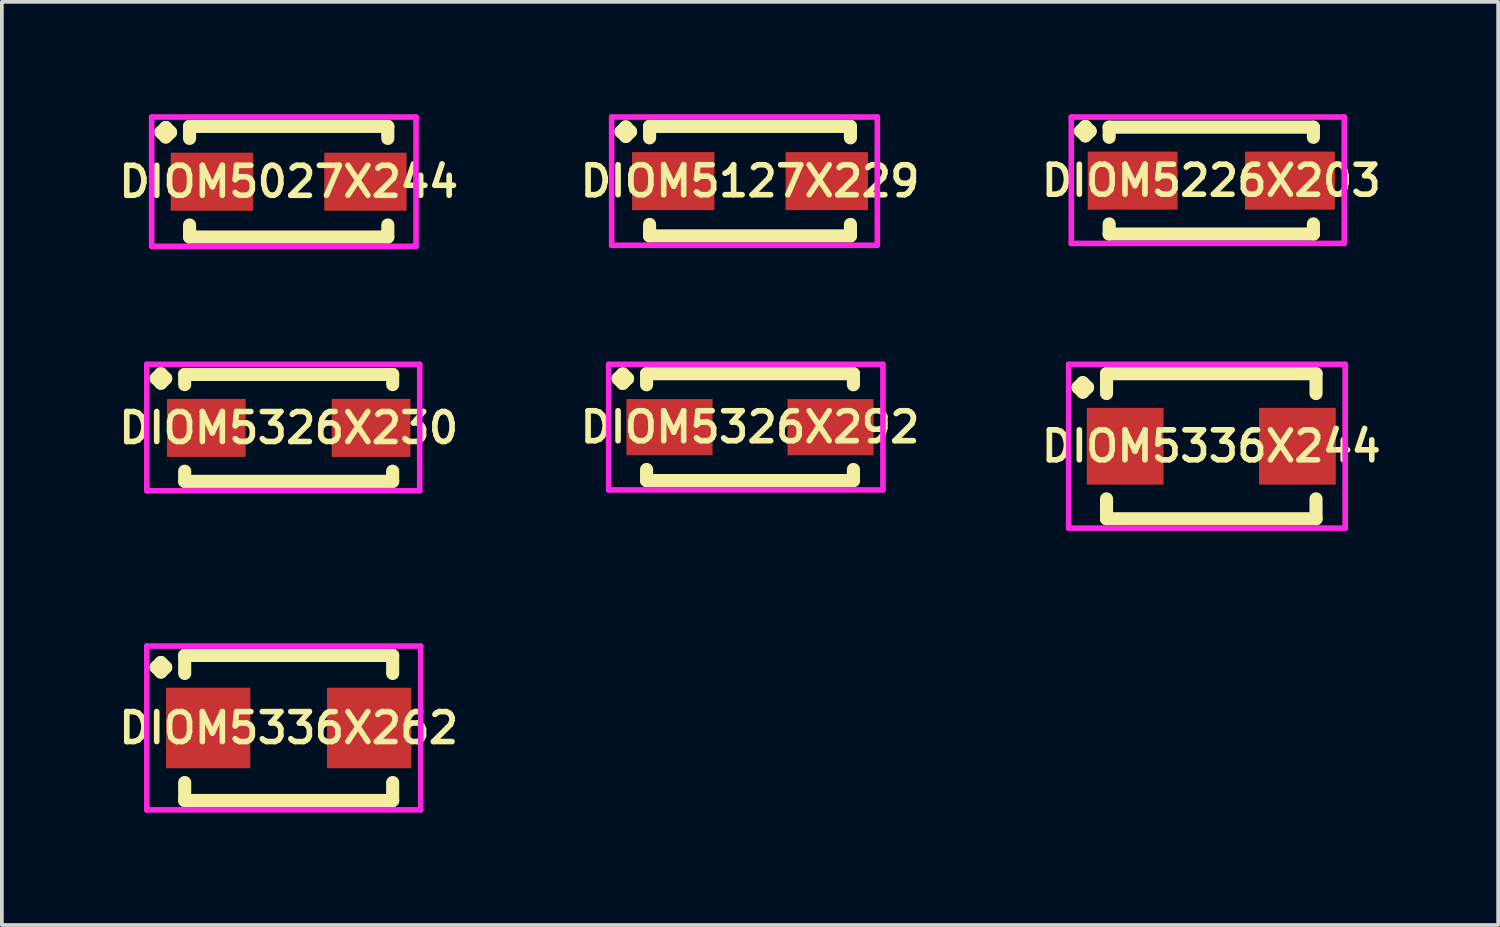
<source format=kicad_pcb>
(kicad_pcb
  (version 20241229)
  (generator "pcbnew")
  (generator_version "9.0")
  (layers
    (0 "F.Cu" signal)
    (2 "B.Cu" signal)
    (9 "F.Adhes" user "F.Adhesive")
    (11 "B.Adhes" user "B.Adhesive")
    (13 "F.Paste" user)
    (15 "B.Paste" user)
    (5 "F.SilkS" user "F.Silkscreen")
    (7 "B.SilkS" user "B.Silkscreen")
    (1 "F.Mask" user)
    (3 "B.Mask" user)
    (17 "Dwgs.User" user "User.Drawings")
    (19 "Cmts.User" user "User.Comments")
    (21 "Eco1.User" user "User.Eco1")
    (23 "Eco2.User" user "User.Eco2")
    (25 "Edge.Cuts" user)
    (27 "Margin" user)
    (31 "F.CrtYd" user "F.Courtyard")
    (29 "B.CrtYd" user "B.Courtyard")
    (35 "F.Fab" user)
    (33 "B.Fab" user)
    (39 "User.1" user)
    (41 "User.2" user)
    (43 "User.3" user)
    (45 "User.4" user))
  (footprint "DIOM5027X244"
    (layer "F.Cu")
    (at 4.659 1.802)
    (property "Reference" "DIOM5027X244" (at 0 0 0) (layer "F.SilkS") (effects (font (size 0.8 0.8) (thickness 0.15))))
    (attr smd)
    (fp_line (start -3.409 -1.321) (end -3.282 -1.448) (stroke (width 0.35) (type solid)) (layer "F.SilkS"))
    (fp_line (start -3.282 -1.448) (end -3.155 -1.321) (stroke (width 0.35) (type solid)) (layer "F.SilkS"))
    (fp_line (start -3.282 -1.194) (end -3.409 -1.321) (stroke (width 0.35) (type solid)) (layer "F.SilkS"))
    (fp_line (start -3.155 -1.321) (end -3.282 -1.194) (stroke (width 0.35) (type solid)) (layer "F.SilkS"))
    (fp_line (start -2.647 -1.477) (end 2.647 -1.477) (stroke (width 0.35) (type solid)) (layer "F.SilkS"))
    (fp_line (start -2.647 -1.156) (end -2.647 -1.477) (stroke (width 0.35) (type solid)) (layer "F.SilkS"))
    (fp_line (start -2.647 1.156) (end -2.647 1.477) (stroke (width 0.35) (type solid)) (layer "F.SilkS"))
    (fp_line (start -2.647 1.477) (end 2.647 1.477) (stroke (width 0.35) (type solid)) (layer "F.SilkS"))
    (fp_line (start 2.647 -1.477) (end 2.647 -1.156) (stroke (width 0.35) (type solid)) (layer "F.SilkS"))
    (fp_line (start 2.647 1.477) (end 2.647 1.156) (stroke (width 0.35) (type solid)) (layer "F.SilkS"))
    (fp_line (start -3.659 -1.727) (end 3.4 -1.727) (stroke (width 0.15) (type solid)) (layer "F.CrtYd"))
    (fp_line (start -3.659 1.727) (end -3.659 -1.727) (stroke (width 0.15) (type solid)) (layer "F.CrtYd"))
    (fp_line (start 3.4 -1.727) (end 3.4 1.727) (stroke (width 0.15) (type solid)) (layer "F.CrtYd"))
    (fp_line (start 3.4 1.727) (end -3.659 1.727) (stroke (width 0.15) (type solid)) (layer "F.CrtYd"))
    (pad "1" smd rect (at -2.05 0) (size 2.2 1.55) (layers "F.Cu" "F.Mask" "F.Paste"))
    (pad "2" smd rect (at 2.05 0) (size 2.2 1.55) (layers "F.Cu" "F.Mask" "F.Paste")))
  (footprint "DIOM5336X262"
    (layer "F.Cu")
    (at 4.659 16.39)
    (property "Reference" "DIOM5336X262" (at 0 0 0) (layer "F.SilkS") (effects (font (size 0.8 0.8) (thickness 0.15))))
    (attr smd)
    (fp_line (start -3.539 -1.621) (end -3.412 -1.748) (stroke (width 0.35) (type solid)) (layer "F.SilkS"))
    (fp_line (start -3.412 -1.748) (end -3.285 -1.621) (stroke (width 0.35) (type solid)) (layer "F.SilkS"))
    (fp_line (start -3.412 -1.494) (end -3.539 -1.621) (stroke (width 0.35) (type solid)) (layer "F.SilkS"))
    (fp_line (start -3.285 -1.621) (end -3.412 -1.494) (stroke (width 0.35) (type solid)) (layer "F.SilkS"))
    (fp_line (start -2.777 -1.937) (end 2.777 -1.937) (stroke (width 0.35) (type solid)) (layer "F.SilkS"))
    (fp_line (start -2.777 -1.456) (end -2.777 -1.937) (stroke (width 0.35) (type solid)) (layer "F.SilkS"))
    (fp_line (start -2.777 1.456) (end -2.777 1.937) (stroke (width 0.35) (type solid)) (layer "F.SilkS"))
    (fp_line (start -2.777 1.937) (end 2.777 1.937) (stroke (width 0.35) (type solid)) (layer "F.SilkS"))
    (fp_line (start 2.777 -1.937) (end 2.777 -1.456) (stroke (width 0.35) (type solid)) (layer "F.SilkS"))
    (fp_line (start 2.777 1.937) (end 2.777 1.456) (stroke (width 0.35) (type solid)) (layer "F.SilkS"))
    (fp_line (start -3.789 -2.187) (end 3.525 -2.187) (stroke (width 0.15) (type solid)) (layer "F.CrtYd"))
    (fp_line (start -3.789 2.187) (end -3.789 -2.187) (stroke (width 0.15) (type solid)) (layer "F.CrtYd"))
    (fp_line (start 3.525 -2.187) (end 3.525 2.187) (stroke (width 0.15) (type solid)) (layer "F.CrtYd"))
    (fp_line (start 3.525 2.187) (end -3.789 2.187) (stroke (width 0.15) (type solid)) (layer "F.CrtYd"))
    (pad "1" smd rect (at -2.15 0) (size 2.25 2.15) (layers "F.Cu" "F.Mask" "F.Paste"))
    (pad "2" smd rect (at 2.15 0) (size 2.25 2.15) (layers "F.Cu" "F.Mask" "F.Paste")))
  (footprint "DIOM5326X292"
    (layer "F.Cu")
    (at 16.978 8.356)
    (property "Reference" "DIOM5326X292" (at 0 0 0) (layer "F.SilkS") (effects (font (size 0.8 0.8) (thickness 0.15))))
    (attr smd)
    (fp_line (start -3.524 -1.296) (end -3.397 -1.423) (stroke (width 0.35) (type solid)) (layer "F.SilkS"))
    (fp_line (start -3.397 -1.423) (end -3.27 -1.296) (stroke (width 0.35) (type solid)) (layer "F.SilkS"))
    (fp_line (start -3.397 -1.169) (end -3.524 -1.296) (stroke (width 0.35) (type solid)) (layer "F.SilkS"))
    (fp_line (start -3.27 -1.296) (end -3.397 -1.169) (stroke (width 0.35) (type solid)) (layer "F.SilkS"))
    (fp_line (start -2.762 -1.427) (end 2.762 -1.427) (stroke (width 0.35) (type solid)) (layer "F.SilkS"))
    (fp_line (start -2.762 -1.131) (end -2.762 -1.427) (stroke (width 0.35) (type solid)) (layer "F.SilkS"))
    (fp_line (start -2.762 1.131) (end -2.762 1.427) (stroke (width 0.35) (type solid)) (layer "F.SilkS"))
    (fp_line (start -2.762 1.427) (end 2.762 1.427) (stroke (width 0.35) (type solid)) (layer "F.SilkS"))
    (fp_line (start 2.762 -1.427) (end 2.762 -1.131) (stroke (width 0.35) (type solid)) (layer "F.SilkS"))
    (fp_line (start 2.762 1.427) (end 2.762 1.131) (stroke (width 0.35) (type solid)) (layer "F.SilkS"))
    (fp_line (start -3.774 -1.677) (end 3.55 -1.677) (stroke (width 0.15) (type solid)) (layer "F.CrtYd"))
    (fp_line (start -3.774 1.677) (end -3.774 -1.677) (stroke (width 0.15) (type solid)) (layer "F.CrtYd"))
    (fp_line (start 3.55 -1.677) (end 3.55 1.677) (stroke (width 0.15) (type solid)) (layer "F.CrtYd"))
    (fp_line (start 3.55 1.677) (end -3.774 1.677) (stroke (width 0.15) (type solid)) (layer "F.CrtYd"))
    (pad "1" smd rect (at -2.15 0) (size 2.3 1.5) (layers "F.Cu" "F.Mask" "F.Paste"))
    (pad "2" smd rect (at 2.15 0) (size 2.3 1.5) (layers "F.Cu" "F.Mask" "F.Paste")))
  (footprint "DIOM5226X203"
    (layer "F.Cu")
    (at 29.296 1.773)
    (property "Reference" "DIOM5226X203" (at 0 0 0) (layer "F.SilkS") (effects (font (size 0.8 0.8) (thickness 0.15))))
    (attr smd)
    (fp_line (start -3.489 -1.321) (end -3.362 -1.448) (stroke (width 0.35) (type solid)) (layer "F.SilkS"))
    (fp_line (start -3.362 -1.448) (end -3.235 -1.321) (stroke (width 0.35) (type solid)) (layer "F.SilkS"))
    (fp_line (start -3.362 -1.194) (end -3.489 -1.321) (stroke (width 0.35) (type solid)) (layer "F.SilkS"))
    (fp_line (start -3.235 -1.321) (end -3.362 -1.194) (stroke (width 0.35) (type solid)) (layer "F.SilkS"))
    (fp_line (start -2.727 -1.427) (end 2.727 -1.427) (stroke (width 0.35) (type solid)) (layer "F.SilkS"))
    (fp_line (start -2.727 -1.156) (end -2.727 -1.427) (stroke (width 0.35) (type solid)) (layer "F.SilkS"))
    (fp_line (start -2.727 1.156) (end -2.727 1.427) (stroke (width 0.35) (type solid)) (layer "F.SilkS"))
    (fp_line (start -2.727 1.427) (end 2.727 1.427) (stroke (width 0.35) (type solid)) (layer "F.SilkS"))
    (fp_line (start 2.727 -1.427) (end 2.727 -1.156) (stroke (width 0.35) (type solid)) (layer "F.SilkS"))
    (fp_line (start 2.727 1.427) (end 2.727 1.156) (stroke (width 0.35) (type solid)) (layer "F.SilkS"))
    (fp_line (start -3.739 -1.698) (end 3.55 -1.698) (stroke (width 0.15) (type solid)) (layer "F.CrtYd"))
    (fp_line (start -3.739 1.677) (end -3.739 -1.698) (stroke (width 0.15) (type solid)) (layer "F.CrtYd"))
    (fp_line (start 3.55 -1.698) (end 3.55 1.677) (stroke (width 0.15) (type solid)) (layer "F.CrtYd"))
    (fp_line (start 3.55 1.677) (end -3.739 1.677) (stroke (width 0.15) (type solid)) (layer "F.CrtYd"))
    (pad "1" smd rect (at -2.1 0) (size 2.4 1.55) (layers "F.Cu" "F.Mask" "F.Paste"))
    (pad "2" smd rect (at 2.1 0) (size 2.4 1.55) (layers "F.Cu" "F.Mask" "F.Paste")))
  (footprint "DIOM5336X244"
    (layer "F.Cu")
    (at 29.296 8.866)
    (property "Reference" "DIOM5336X244" (at 0 0 0) (layer "F.SilkS") (effects (font (size 0.8 0.8) (thickness 0.15))))
    (attr smd)
    (fp_line (start -3.559 -1.571) (end -3.432 -1.698) (stroke (width 0.35) (type solid)) (layer "F.SilkS"))
    (fp_line (start -3.432 -1.698) (end -3.305 -1.571) (stroke (width 0.35) (type solid)) (layer "F.SilkS"))
    (fp_line (start -3.432 -1.444) (end -3.559 -1.571) (stroke (width 0.35) (type solid)) (layer "F.SilkS"))
    (fp_line (start -3.305 -1.571) (end -3.432 -1.444) (stroke (width 0.35) (type solid)) (layer "F.SilkS"))
    (fp_line (start -2.797 -1.937) (end 2.797 -1.937) (stroke (width 0.35) (type solid)) (layer "F.SilkS"))
    (fp_line (start -2.797 -1.406) (end -2.797 -1.937) (stroke (width 0.35) (type solid)) (layer "F.SilkS"))
    (fp_line (start -2.797 1.406) (end -2.797 1.937) (stroke (width 0.35) (type solid)) (layer "F.SilkS"))
    (fp_line (start -2.797 1.937) (end 2.797 1.937) (stroke (width 0.35) (type solid)) (layer "F.SilkS"))
    (fp_line (start 2.797 -1.937) (end 2.797 -1.406) (stroke (width 0.35) (type solid)) (layer "F.SilkS"))
    (fp_line (start 2.797 1.937) (end 2.797 1.406) (stroke (width 0.35) (type solid)) (layer "F.SilkS"))
    (fp_line (start -3.809 -2.187) (end 3.575 -2.187) (stroke (width 0.15) (type solid)) (layer "F.CrtYd"))
    (fp_line (start -3.809 2.187) (end -3.809 -2.187) (stroke (width 0.15) (type solid)) (layer "F.CrtYd"))
    (fp_line (start 3.575 -2.187) (end 3.575 2.187) (stroke (width 0.15) (type solid)) (layer "F.CrtYd"))
    (fp_line (start 3.575 2.187) (end -3.809 2.187) (stroke (width 0.15) (type solid)) (layer "F.CrtYd"))
    (pad "1" smd rect (at -2.3 0) (size 2.05 2.05) (layers "F.Cu" "F.Mask" "F.Paste"))
    (pad "2" smd rect (at 2.3 0) (size 2.05 2.05) (layers "F.Cu" "F.Mask" "F.Paste")))
  (footprint "DIOM5127X229"
    (layer "F.Cu")
    (at 16.978 1.787)
    (property "Reference" "DIOM5127X229" (at 0 0 0) (layer "F.SilkS") (effects (font (size 0.8 0.8) (thickness 0.15))))
    (attr smd)
    (fp_line (start -3.444 -1.321) (end -3.317 -1.448) (stroke (width 0.35) (type solid)) (layer "F.SilkS"))
    (fp_line (start -3.317 -1.448) (end -3.19 -1.321) (stroke (width 0.35) (type solid)) (layer "F.SilkS"))
    (fp_line (start -3.317 -1.194) (end -3.444 -1.321) (stroke (width 0.35) (type solid)) (layer "F.SilkS"))
    (fp_line (start -3.19 -1.321) (end -3.317 -1.194) (stroke (width 0.35) (type solid)) (layer "F.SilkS"))
    (fp_line (start -2.682 -1.462) (end 2.682 -1.462) (stroke (width 0.35) (type solid)) (layer "F.SilkS"))
    (fp_line (start -2.682 -1.156) (end -2.682 -1.462) (stroke (width 0.35) (type solid)) (layer "F.SilkS"))
    (fp_line (start -2.682 1.156) (end -2.682 1.462) (stroke (width 0.35) (type solid)) (layer "F.SilkS"))
    (fp_line (start -2.682 1.462) (end 2.682 1.462) (stroke (width 0.35) (type solid)) (layer "F.SilkS"))
    (fp_line (start 2.682 -1.462) (end 2.682 -1.156) (stroke (width 0.35) (type solid)) (layer "F.SilkS"))
    (fp_line (start 2.682 1.462) (end 2.682 1.156) (stroke (width 0.35) (type solid)) (layer "F.SilkS"))
    (fp_line (start -3.694 -1.712) (end 3.4 -1.712) (stroke (width 0.15) (type solid)) (layer "F.CrtYd"))
    (fp_line (start -3.694 1.712) (end -3.694 -1.712) (stroke (width 0.15) (type solid)) (layer "F.CrtYd"))
    (fp_line (start 3.4 -1.712) (end 3.4 1.712) (stroke (width 0.15) (type solid)) (layer "F.CrtYd"))
    (fp_line (start 3.4 1.712) (end -3.694 1.712) (stroke (width 0.15) (type solid)) (layer "F.CrtYd"))
    (pad "1" smd rect (at -2.05 0) (size 2.2 1.55) (layers "F.Cu" "F.Mask" "F.Paste"))
    (pad "2" smd rect (at 2.05 0) (size 2.2 1.55) (layers "F.Cu" "F.Mask" "F.Paste")))
  (footprint "DIOM5326X230"
    (layer "F.Cu")
    (at 4.659 8.377)
    (property "Reference" "DIOM5326X230" (at 0 0 0) (layer "F.SilkS") (effects (font (size 0.8 0.8) (thickness 0.15))))
    (attr smd)
    (fp_line (start -3.539 -1.321) (end -3.412 -1.448) (stroke (width 0.35) (type solid)) (layer "F.SilkS"))
    (fp_line (start -3.412 -1.448) (end -3.285 -1.321) (stroke (width 0.35) (type solid)) (layer "F.SilkS"))
    (fp_line (start -3.412 -1.194) (end -3.539 -1.321) (stroke (width 0.35) (type solid)) (layer "F.SilkS"))
    (fp_line (start -3.285 -1.321) (end -3.412 -1.194) (stroke (width 0.35) (type solid)) (layer "F.SilkS"))
    (fp_line (start -2.777 -1.427) (end 2.777 -1.427) (stroke (width 0.35) (type solid)) (layer "F.SilkS"))
    (fp_line (start -2.777 -1.156) (end -2.777 -1.427) (stroke (width 0.35) (type solid)) (layer "F.SilkS"))
    (fp_line (start -2.777 1.156) (end -2.777 1.427) (stroke (width 0.35) (type solid)) (layer "F.SilkS"))
    (fp_line (start -2.777 1.427) (end 2.777 1.427) (stroke (width 0.35) (type solid)) (layer "F.SilkS"))
    (fp_line (start 2.777 -1.427) (end 2.777 -1.156) (stroke (width 0.35) (type solid)) (layer "F.SilkS"))
    (fp_line (start 2.777 1.427) (end 2.777 1.156) (stroke (width 0.35) (type solid)) (layer "F.SilkS"))
    (fp_line (start -3.789 -1.698) (end 3.5 -1.698) (stroke (width 0.15) (type solid)) (layer "F.CrtYd"))
    (fp_line (start -3.789 1.677) (end -3.789 -1.698) (stroke (width 0.15) (type solid)) (layer "F.CrtYd"))
    (fp_line (start 3.5 -1.698) (end 3.5 1.677) (stroke (width 0.15) (type solid)) (layer "F.CrtYd"))
    (fp_line (start 3.5 1.677) (end -3.789 1.677) (stroke (width 0.15) (type solid)) (layer "F.CrtYd"))
    (pad "1" smd rect (at -2.2 0) (size 2.1 1.55) (layers "F.Cu" "F.Mask" "F.Paste"))
    (pad "2" smd rect (at 2.2 0) (size 2.1 1.55) (layers "F.Cu" "F.Mask" "F.Paste")))
  (gr_rect
    (start -3 -3)
    (end 36.956 21.652)
    (stroke (width 0.1) (type default))
    (fill no)
    (layer "Edge.Cuts")))
</source>
